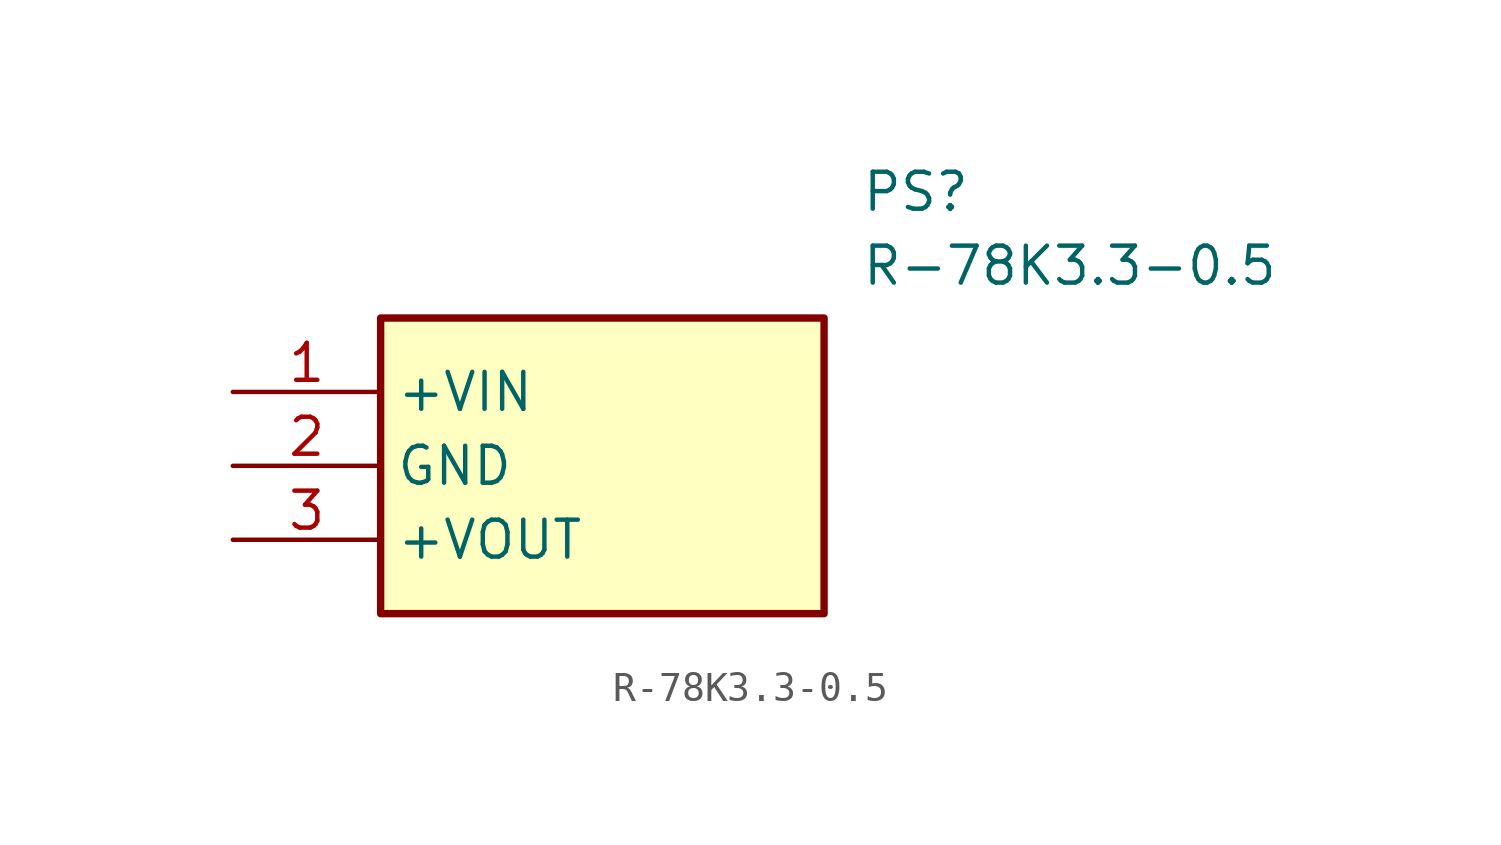
<source format=kicad_sym>
(kicad_symbol_lib
  (version 20220914)
  (generator kicad_symbol_editor)
  (symbol "R-78K3.3-0.5"
    (property "Reference" "PS"
      (at 21.59 7.62 0)
      (effects (font (size 1.27 1.27)) (justify left top)))
    (property "Value" "R-78K3.3-0.5"
      (at 21.59 5.08 0)
      (effects (font (size 1.27 1.27)) (justify left top)))
    (symbol "R-78K3.3-0.5_1_1"
      (rectangle (start 5.08 2.54) (end 20.32 -7.62) (stroke (width 0.254) (type default)) (fill (type background)))
      (pin passive line (at 0 0 0) (length 5.08) (name "+VIN" (effects (font (size 1.27 1.27)))) (number "1" (effects (font (size 1.27 1.27)))))
      (pin passive line (at 0 -2.54 0) (length 5.08) (name "GND" (effects (font (size 1.27 1.27)))) (number "2" (effects (font (size 1.27 1.27)))))
      (pin passive line (at 0 -5.08 0) (length 5.08) (name "+VOUT" (effects (font (size 1.27 1.27)))) (number "3" (effects (font (size 1.27 1.27))))))))
</source>
